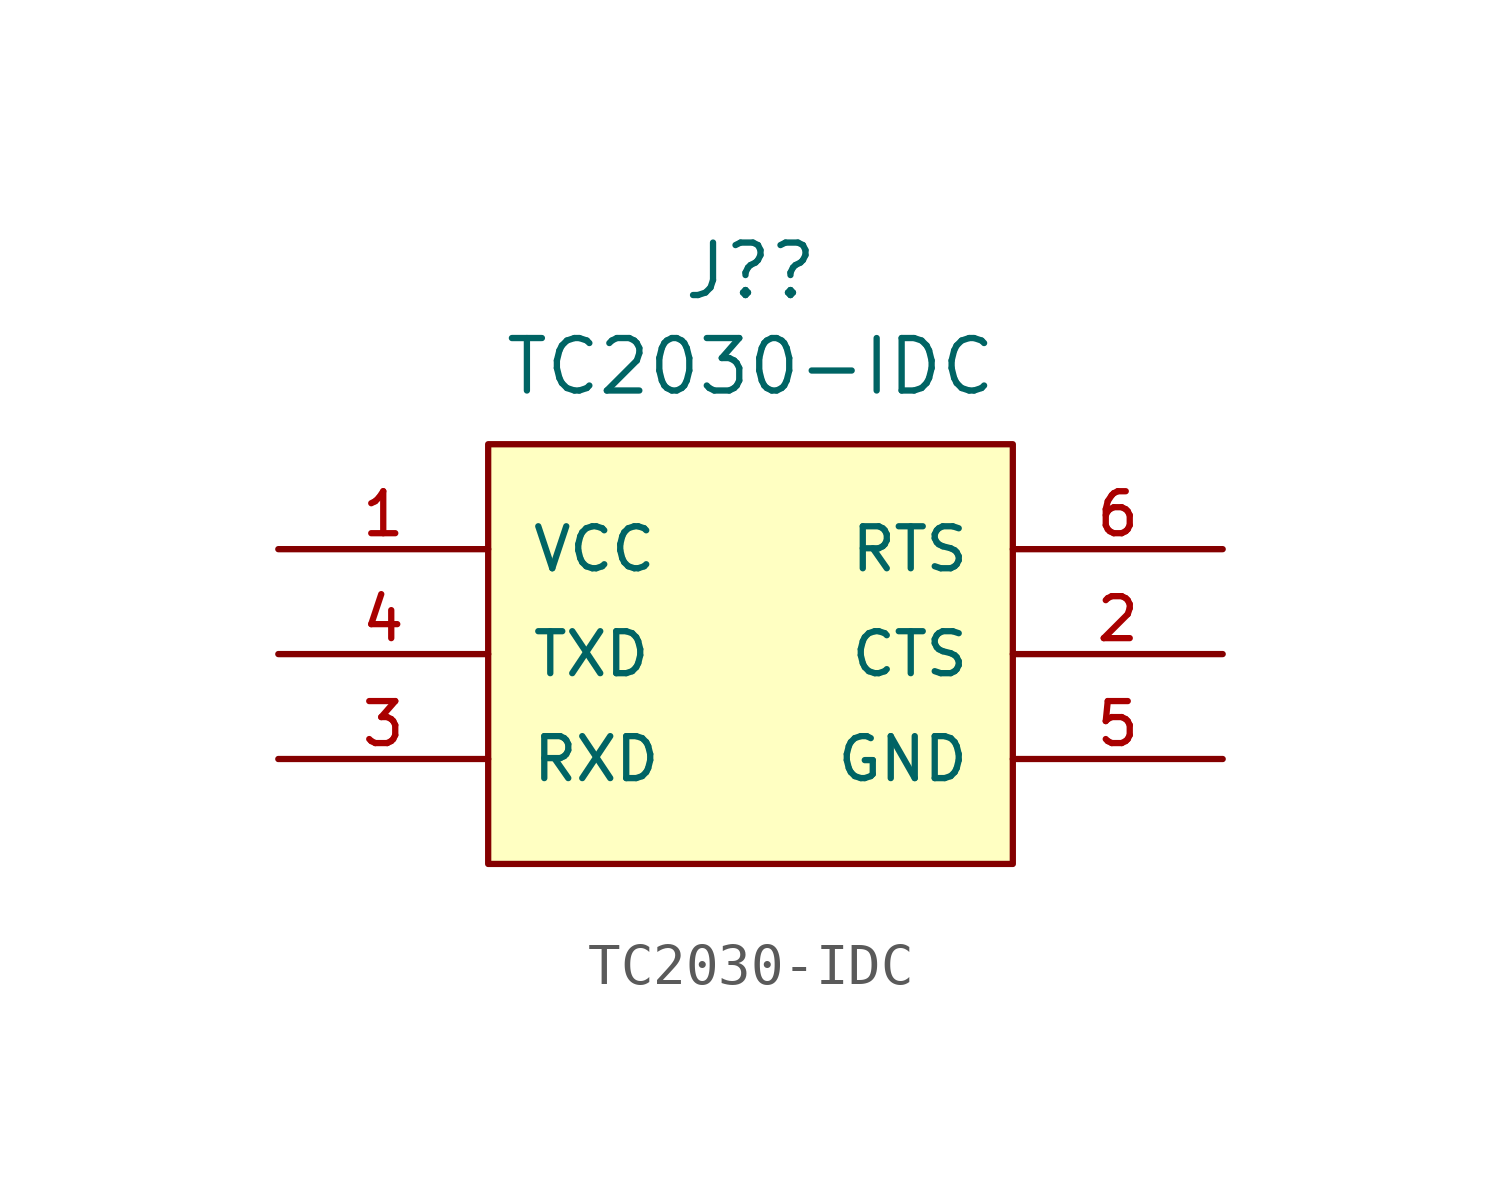
<source format=kicad_sym>
(kicad_symbol_lib
  (version 20211014)
  (generator kicad_symbol_editor)
  (symbol "TC2030-IDC"
    (pin_names
      (offset 1.016))
    (property "Reference" "J?"
      (at 0 9.271 0)
      (effects (font (size 1.27 1.27))))
    (property "Value" "TC2030-IDC"
      (at 0 6.96 0)
      (effects (font (size 1.27 1.27))))
    (symbol "TC2030-IDC_0_0"
      (rectangle (start -6.35 5.08) (end 6.35 -5.08) (stroke (width 0.152) (type default) (color 0 0 0 0)) (fill (type background)))
      (pin passive line (at -11.43 2.54 0) (length 5.08) (name "VCC" (effects (font (size 1.016 1.016)))) (number "1" (effects (font (size 1.016 1.016)))))
      (pin passive line (at 11.43 0 180) (length 5.08) (name "CTS" (effects (font (size 1.016 1.016)))) (number "2" (effects (font (size 1.016 1.016)))))
      (pin passive line (at -11.43 -2.54 0) (length 5.08) (name "RXD" (effects (font (size 1.016 1.016)))) (number "3" (effects (font (size 1.016 1.016)))))
      (pin passive line (at -11.43 0 0) (length 5.08) (name "TXD" (effects (font (size 1.016 1.016)))) (number "4" (effects (font (size 1.016 1.016)))))
      (pin passive line (at 11.43 -2.54 180) (length 5.08) (name "GND" (effects (font (size 1.016 1.016)))) (number "5" (effects (font (size 1.016 1.016)))))
      (pin passive line (at 11.43 2.54 180) (length 5.08) (name "RTS" (effects (font (size 1.016 1.016)))) (number "6" (effects (font (size 1.016 1.016))))))))
</source>
